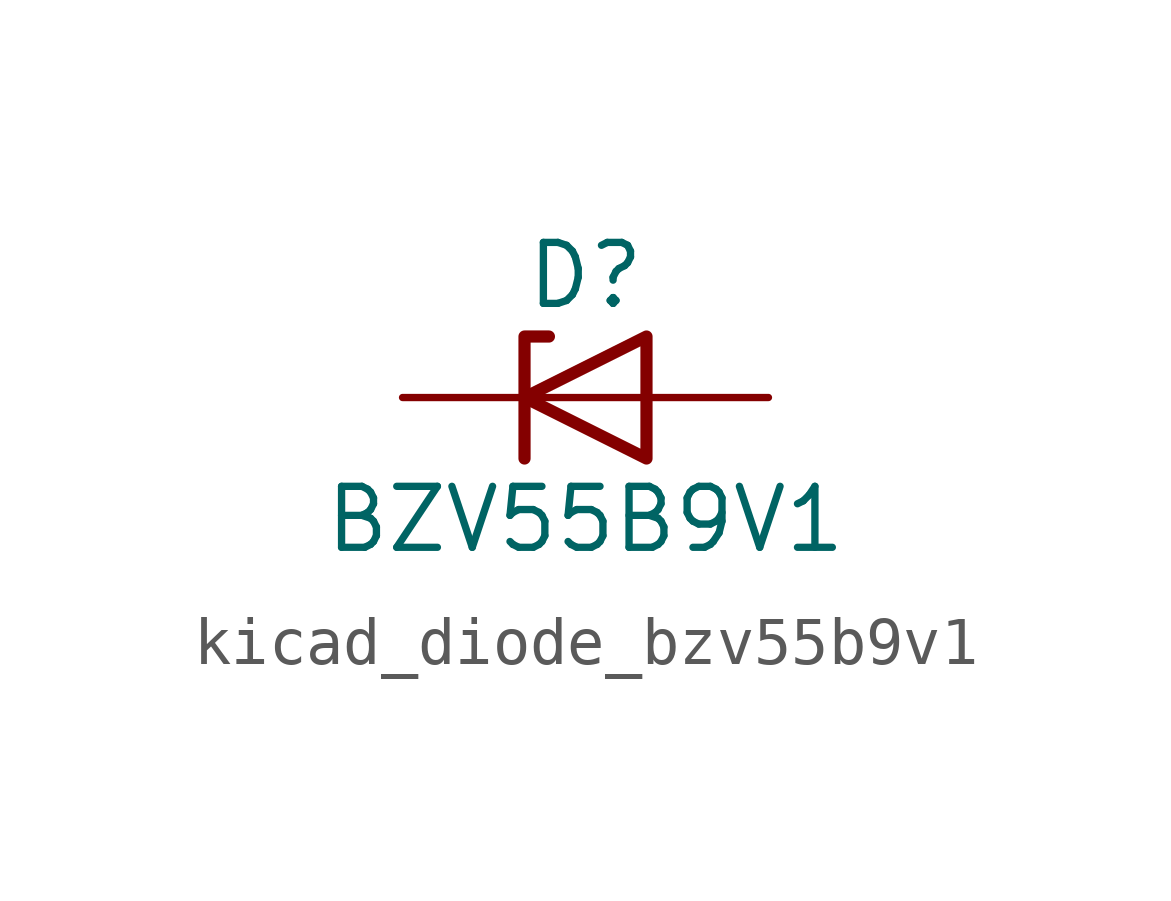
<source format=kicad_sym>
(kicad_symbol_lib
  (version 20220914)
  (generator kicad_symbol_editor)
  (symbol "kicad_diode_bzv55b9v1"
    (pin_numbers hide)
    (pin_names hide)
    (property "Reference" "D"
      (at 0 2.54 0)
      (effects (font (size 1.27 1.27))))
    (property "Value" "BZV55B9V1"
      (at 0 -2.54 0)
      (effects (font (size 1.27 1.27))))
    (symbol "kicad_diode_bzv55b9v1_0_1"
      (polyline (pts (xy 1.27 0) (xy -1.27 0)) (stroke (width 0) (type default)) (fill (type none)))
      (polyline (pts (xy -1.27 -1.27) (xy -1.27 1.27) (xy -0.762 1.27)) (stroke (width 0.254) (type default)) (fill (type none)))
      (polyline (pts (xy 1.27 -1.27) (xy 1.27 1.27) (xy -1.27 0) (xy 1.27 -1.27)) (stroke (width 0.254) (type default)) (fill (type none))))
    (symbol "kicad_diode_bzv55b9v1_1_1"
      (pin passive line (at -3.81 0 0) (length 2.54) (name "K" (effects (font (size 1.27 1.27)))) (number "1" (effects (font (size 1.27 1.27)))))
      (pin passive line (at 3.81 0 180) (length 2.54) (name "A" (effects (font (size 1.27 1.27)))) (number "2" (effects (font (size 1.27 1.27))))))))
</source>
